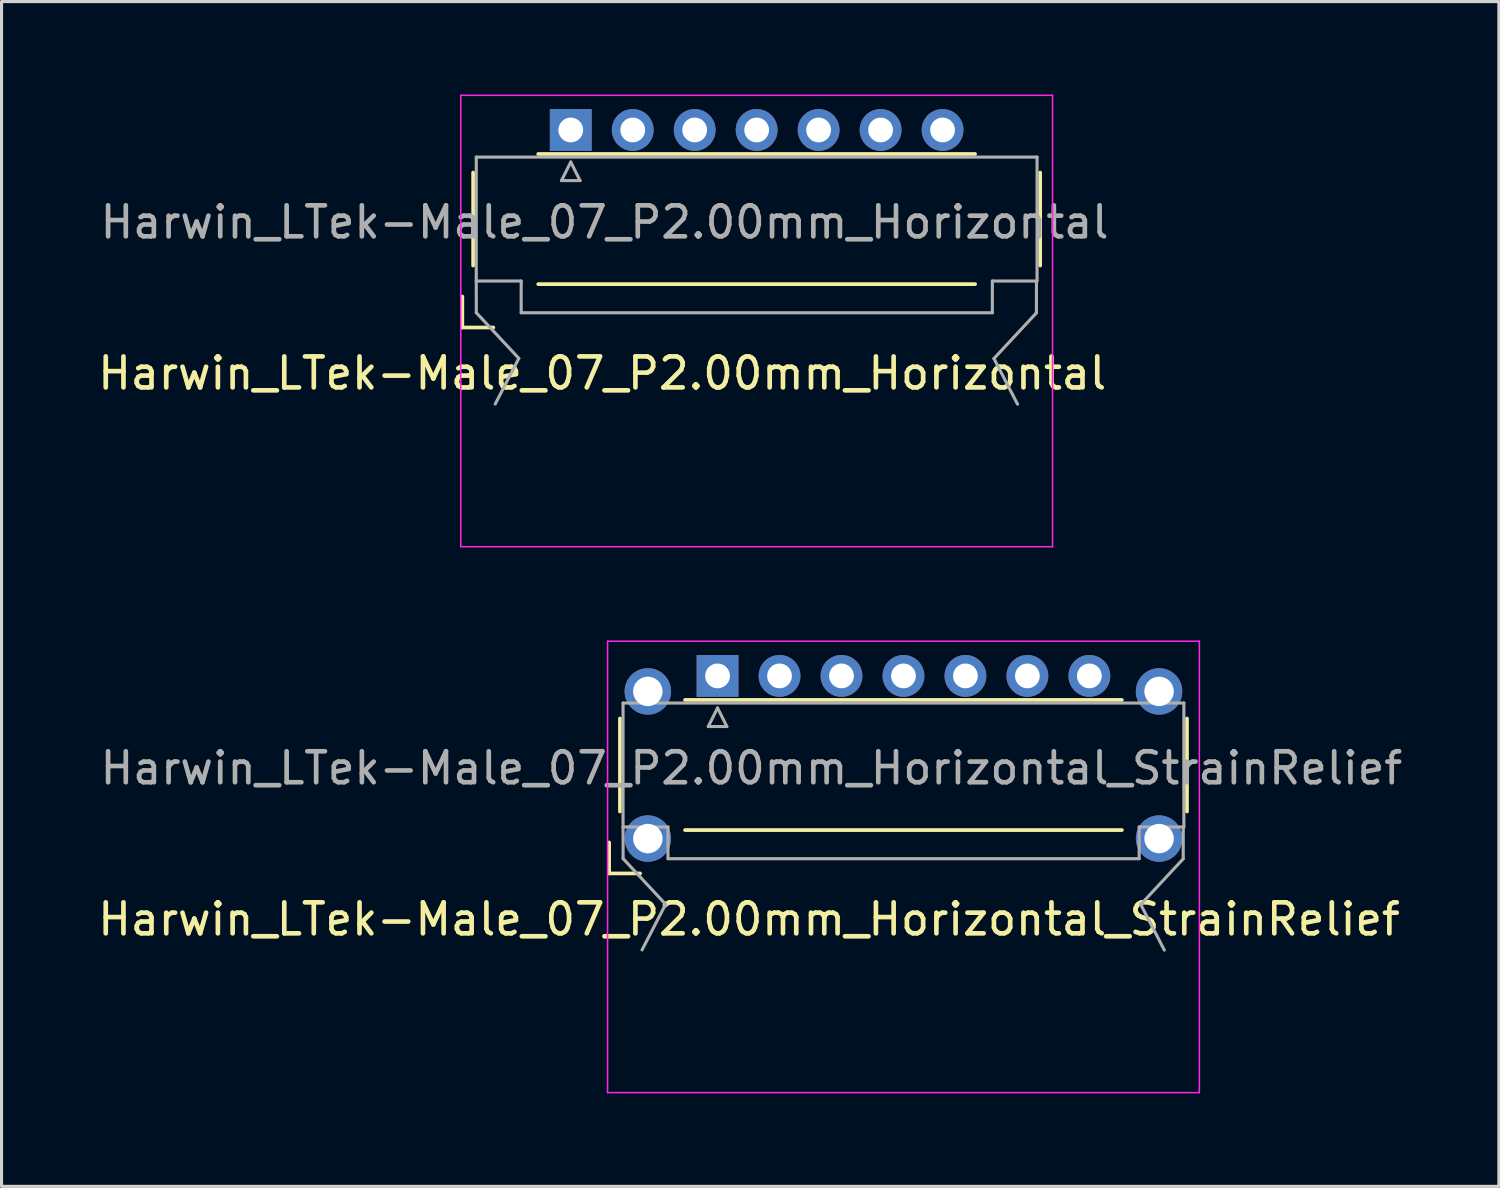
<source format=kicad_pcb>
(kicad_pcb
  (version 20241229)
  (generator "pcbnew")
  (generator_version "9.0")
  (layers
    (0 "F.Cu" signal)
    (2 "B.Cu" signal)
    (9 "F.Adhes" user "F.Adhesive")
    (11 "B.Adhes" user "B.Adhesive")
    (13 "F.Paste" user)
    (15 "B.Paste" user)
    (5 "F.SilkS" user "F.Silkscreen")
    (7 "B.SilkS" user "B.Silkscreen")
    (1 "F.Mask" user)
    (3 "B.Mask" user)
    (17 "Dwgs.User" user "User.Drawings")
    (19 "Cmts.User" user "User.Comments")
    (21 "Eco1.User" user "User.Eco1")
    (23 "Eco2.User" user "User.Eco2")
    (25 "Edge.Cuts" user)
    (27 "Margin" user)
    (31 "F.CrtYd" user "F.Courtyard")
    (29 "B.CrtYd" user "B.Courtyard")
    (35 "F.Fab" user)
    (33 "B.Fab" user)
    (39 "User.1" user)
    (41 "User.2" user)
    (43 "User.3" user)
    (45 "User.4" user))
  (footprint "Harwin_LTek-Male_07_P2.00mm_Horizontal_StrainRelief"
    (layer "F.Cu")
    (at 20.109 18.765)
    (property "Reference" "Harwin_LTek-Male_07_P2.00mm_Horizontal_StrainRelief" (at 1.016 7.853 180) (layer "F.SilkS") (effects (font (size 1 1) (thickness 0.15))))
    (attr through_hole)
    (fp_line (start -3.5 5.375) (end -3.5 6.375) (stroke (width 0.12) (type solid)) (layer "F.SilkS"))
    (fp_line (start -3.5 6.375) (end -2.5 6.375) (stroke (width 0.12) (type solid)) (layer "F.SilkS"))
    (fp_line (start -3.15 1.375) (end -3.15 4.375) (stroke (width 0.12) (type solid)) (layer "F.SilkS"))
    (fp_line (start -1.05 0.775) (end 13.05 0.775) (stroke (width 0.12) (type solid)) (layer "F.SilkS"))
    (fp_line (start -1.05 4.975) (end 13.05 4.975) (stroke (width 0.12) (type solid)) (layer "F.SilkS"))
    (fp_line (start 15.15 1.375) (end 15.15 4.375) (stroke (width 0.12) (type solid)) (layer "F.SilkS"))
    (fp_line (start -3.55 -1.12) (end -3.55 13.45) (stroke (width 0.05) (type solid)) (layer "F.CrtYd"))
    (fp_line (start -3.55 13.45) (end 15.55 13.45) (stroke (width 0.05) (type solid)) (layer "F.CrtYd"))
    (fp_line (start 15.55 -1.12) (end -3.55 -1.12) (stroke (width 0.05) (type solid)) (layer "F.CrtYd"))
    (fp_line (start 15.55 13.45) (end 15.55 -1.12) (stroke (width 0.05) (type solid)) (layer "F.CrtYd"))
    (fp_line (start -3.05 0.875) (end -3.05 4.875) (stroke (width 0.1) (type solid)) (layer "F.Fab"))
    (fp_line (start -3.048 5.898) (end -3.05 4.875) (stroke (width 0.1) (type solid)) (layer "F.Fab"))
    (fp_line (start -3.043 4.875) (end -1.6 4.875) (stroke (width 0.1) (type solid)) (layer "F.Fab"))
    (fp_line (start -1.676 7.371) (end -3.048 5.898) (stroke (width 0.1) (type solid)) (layer "F.Fab"))
    (fp_line (start -1.676 7.371) (end -2.438 8.844) (stroke (width 0.1) (type solid)) (layer "F.Fab"))
    (fp_line (start -1.6 4.875) (end -1.6 5.898) (stroke (width 0.1) (type solid)) (layer "F.Fab"))
    (fp_line (start -1.6 5.9) (end 13.607 5.9) (stroke (width 0.1) (type solid)) (layer "F.Fab"))
    (fp_line (start -0.3 1.634) (end 0.3 1.634) (stroke (width 0.1) (type solid)) (layer "F.Fab"))
    (fp_line (start 0 1.034) (end -0.3 1.634) (stroke (width 0.1) (type solid)) (layer "F.Fab"))
    (fp_line (start 0.3 1.634) (end 0 1.034) (stroke (width 0.1) (type solid)) (layer "F.Fab"))
    (fp_line (start 13.607 4.875) (end 15.05 4.875) (stroke (width 0.1) (type solid)) (layer "F.Fab"))
    (fp_line (start 13.607 5.898) (end 13.607 4.875) (stroke (width 0.1) (type solid)) (layer "F.Fab"))
    (fp_line (start 13.658 7.377) (end 14.42 8.85) (stroke (width 0.1) (type solid)) (layer "F.Fab"))
    (fp_line (start 13.658 7.377) (end 15.029 5.904) (stroke (width 0.1) (type solid)) (layer "F.Fab"))
    (fp_line (start 15.029 5.904) (end 15.031 4.881) (stroke (width 0.1) (type solid)) (layer "F.Fab"))
    (fp_line (start 15.05 0.875) (end -3.05 0.875) (stroke (width 0.1) (type solid)) (layer "F.Fab"))
    (fp_line (start 15.05 4.875) (end 15.05 0.875) (stroke (width 0.1) (type solid)) (layer "F.Fab"))
    (fp_text user "${REFERENCE}" (at 1.092 2.977 0) (layer "F.Fab") (effects (font (size 1 1) (thickness 0.15))))
    (pad "" thru_hole circle (at -2.25 0.5) (size 1.5 1.5) (drill 0.95) (layers "*.Cu" "*.Mask"))
    (pad "" thru_hole circle (at -2.25 5.25) (size 1.5 1.5) (drill 0.95) (layers "*.Cu" "*.Mask"))
    (pad "" thru_hole circle (at 14.25 0.5) (size 1.5 1.5) (drill 0.95) (layers "*.Cu" "*.Mask"))
    (pad "" thru_hole circle (at 14.25 5.25) (size 1.5 1.5) (drill 0.95) (layers "*.Cu" "*.Mask"))
    (pad "1" thru_hole rect (at 0 0) (size 1.35 1.35) (drill 0.8) (layers "*.Cu" "*.Mask"))
    (pad "2" thru_hole circle (at 2 0) (size 1.35 1.35) (drill 0.8) (layers "*.Cu" "*.Mask"))
    (pad "3" thru_hole circle (at 4 0) (size 1.35 1.35) (drill 0.8) (layers "*.Cu" "*.Mask"))
    (pad "4" thru_hole circle (at 6 0) (size 1.35 1.35) (drill 0.8) (layers "*.Cu" "*.Mask"))
    (pad "5" thru_hole circle (at 8 0) (size 1.35 1.35) (drill 0.8) (layers "*.Cu" "*.Mask"))
    (pad "6" thru_hole circle (at 10 0) (size 1.35 1.35) (drill 0.8) (layers "*.Cu" "*.Mask"))
    (pad "7" thru_hole circle (at 12 0) (size 1.35 1.35) (drill 0.8) (layers "*.Cu" "*.Mask")))
  (footprint "Harwin_LTek-Male_07_P2.00mm_Horizontal"
    (layer "F.Cu")
    (at 15.371 1.145)
    (property "Reference" "Harwin_LTek-Male_07_P2.00mm_Horizontal" (at 1.016 7.853 180) (layer "F.SilkS") (effects (font (size 1 1) (thickness 0.15))))
    (attr through_hole)
    (fp_line (start -3.5 5.375) (end -3.5 6.375) (stroke (width 0.12) (type solid)) (layer "F.SilkS"))
    (fp_line (start -3.5 6.375) (end -2.5 6.375) (stroke (width 0.12) (type solid)) (layer "F.SilkS"))
    (fp_line (start -3.15 1.375) (end -3.15 4.375) (stroke (width 0.12) (type solid)) (layer "F.SilkS"))
    (fp_line (start -1.05 0.775) (end 13.05 0.775) (stroke (width 0.12) (type solid)) (layer "F.SilkS"))
    (fp_line (start -1.05 4.975) (end 13.05 4.975) (stroke (width 0.12) (type solid)) (layer "F.SilkS"))
    (fp_line (start 15.15 1.375) (end 15.15 4.375) (stroke (width 0.12) (type solid)) (layer "F.SilkS"))
    (fp_line (start -3.55 -1.12) (end -3.55 13.45) (stroke (width 0.05) (type solid)) (layer "F.CrtYd"))
    (fp_line (start -3.55 13.45) (end 15.55 13.45) (stroke (width 0.05) (type solid)) (layer "F.CrtYd"))
    (fp_line (start 15.55 -1.12) (end -3.55 -1.12) (stroke (width 0.05) (type solid)) (layer "F.CrtYd"))
    (fp_line (start 15.55 13.45) (end 15.55 -1.12) (stroke (width 0.05) (type solid)) (layer "F.CrtYd"))
    (fp_line (start -3.05 0.875) (end -3.05 4.875) (stroke (width 0.1) (type solid)) (layer "F.Fab"))
    (fp_line (start -3.048 5.898) (end -3.05 4.875) (stroke (width 0.1) (type solid)) (layer "F.Fab"))
    (fp_line (start -3.043 4.875) (end -1.6 4.875) (stroke (width 0.1) (type solid)) (layer "F.Fab"))
    (fp_line (start -1.676 7.371) (end -3.048 5.898) (stroke (width 0.1) (type solid)) (layer "F.Fab"))
    (fp_line (start -1.676 7.371) (end -2.438 8.844) (stroke (width 0.1) (type solid)) (layer "F.Fab"))
    (fp_line (start -1.6 4.875) (end -1.6 5.898) (stroke (width 0.1) (type solid)) (layer "F.Fab"))
    (fp_line (start -1.6 5.9) (end 13.607 5.9) (stroke (width 0.1) (type solid)) (layer "F.Fab"))
    (fp_line (start -0.3 1.634) (end 0.3 1.634) (stroke (width 0.1) (type solid)) (layer "F.Fab"))
    (fp_line (start 0 1.034) (end -0.3 1.634) (stroke (width 0.1) (type solid)) (layer "F.Fab"))
    (fp_line (start 0.3 1.634) (end 0 1.034) (stroke (width 0.1) (type solid)) (layer "F.Fab"))
    (fp_line (start 13.607 4.875) (end 15.05 4.875) (stroke (width 0.1) (type solid)) (layer "F.Fab"))
    (fp_line (start 13.607 5.898) (end 13.607 4.875) (stroke (width 0.1) (type solid)) (layer "F.Fab"))
    (fp_line (start 13.658 7.377) (end 14.42 8.85) (stroke (width 0.1) (type solid)) (layer "F.Fab"))
    (fp_line (start 13.658 7.377) (end 15.029 5.904) (stroke (width 0.1) (type solid)) (layer "F.Fab"))
    (fp_line (start 15.029 5.904) (end 15.031 4.881) (stroke (width 0.1) (type solid)) (layer "F.Fab"))
    (fp_line (start 15.05 0.875) (end -3.05 0.875) (stroke (width 0.1) (type solid)) (layer "F.Fab"))
    (fp_line (start 15.05 4.875) (end 15.05 0.875) (stroke (width 0.1) (type solid)) (layer "F.Fab"))
    (fp_text user "${REFERENCE}" (at 1.092 2.977 0) (layer "F.Fab") (effects (font (size 1 1) (thickness 0.15))))
    (pad "1" thru_hole rect (at 0 0) (size 1.35 1.35) (drill 0.8) (layers "*.Cu" "*.Mask"))
    (pad "2" thru_hole circle (at 2 0) (size 1.35 1.35) (drill 0.8) (layers "*.Cu" "*.Mask"))
    (pad "3" thru_hole circle (at 4 0) (size 1.35 1.35) (drill 0.8) (layers "*.Cu" "*.Mask"))
    (pad "4" thru_hole circle (at 6 0) (size 1.35 1.35) (drill 0.8) (layers "*.Cu" "*.Mask"))
    (pad "5" thru_hole circle (at 8 0) (size 1.35 1.35) (drill 0.8) (layers "*.Cu" "*.Mask"))
    (pad "6" thru_hole circle (at 10 0) (size 1.35 1.35) (drill 0.8) (layers "*.Cu" "*.Mask"))
    (pad "7" thru_hole circle (at 12 0) (size 1.35 1.35) (drill 0.8) (layers "*.Cu" "*.Mask")))
  (gr_rect
    (start -3 -3)
    (end 45.326 35.24)
    (stroke (width 0.1) (type default))
    (fill no)
    (layer "Edge.Cuts")))
</source>
